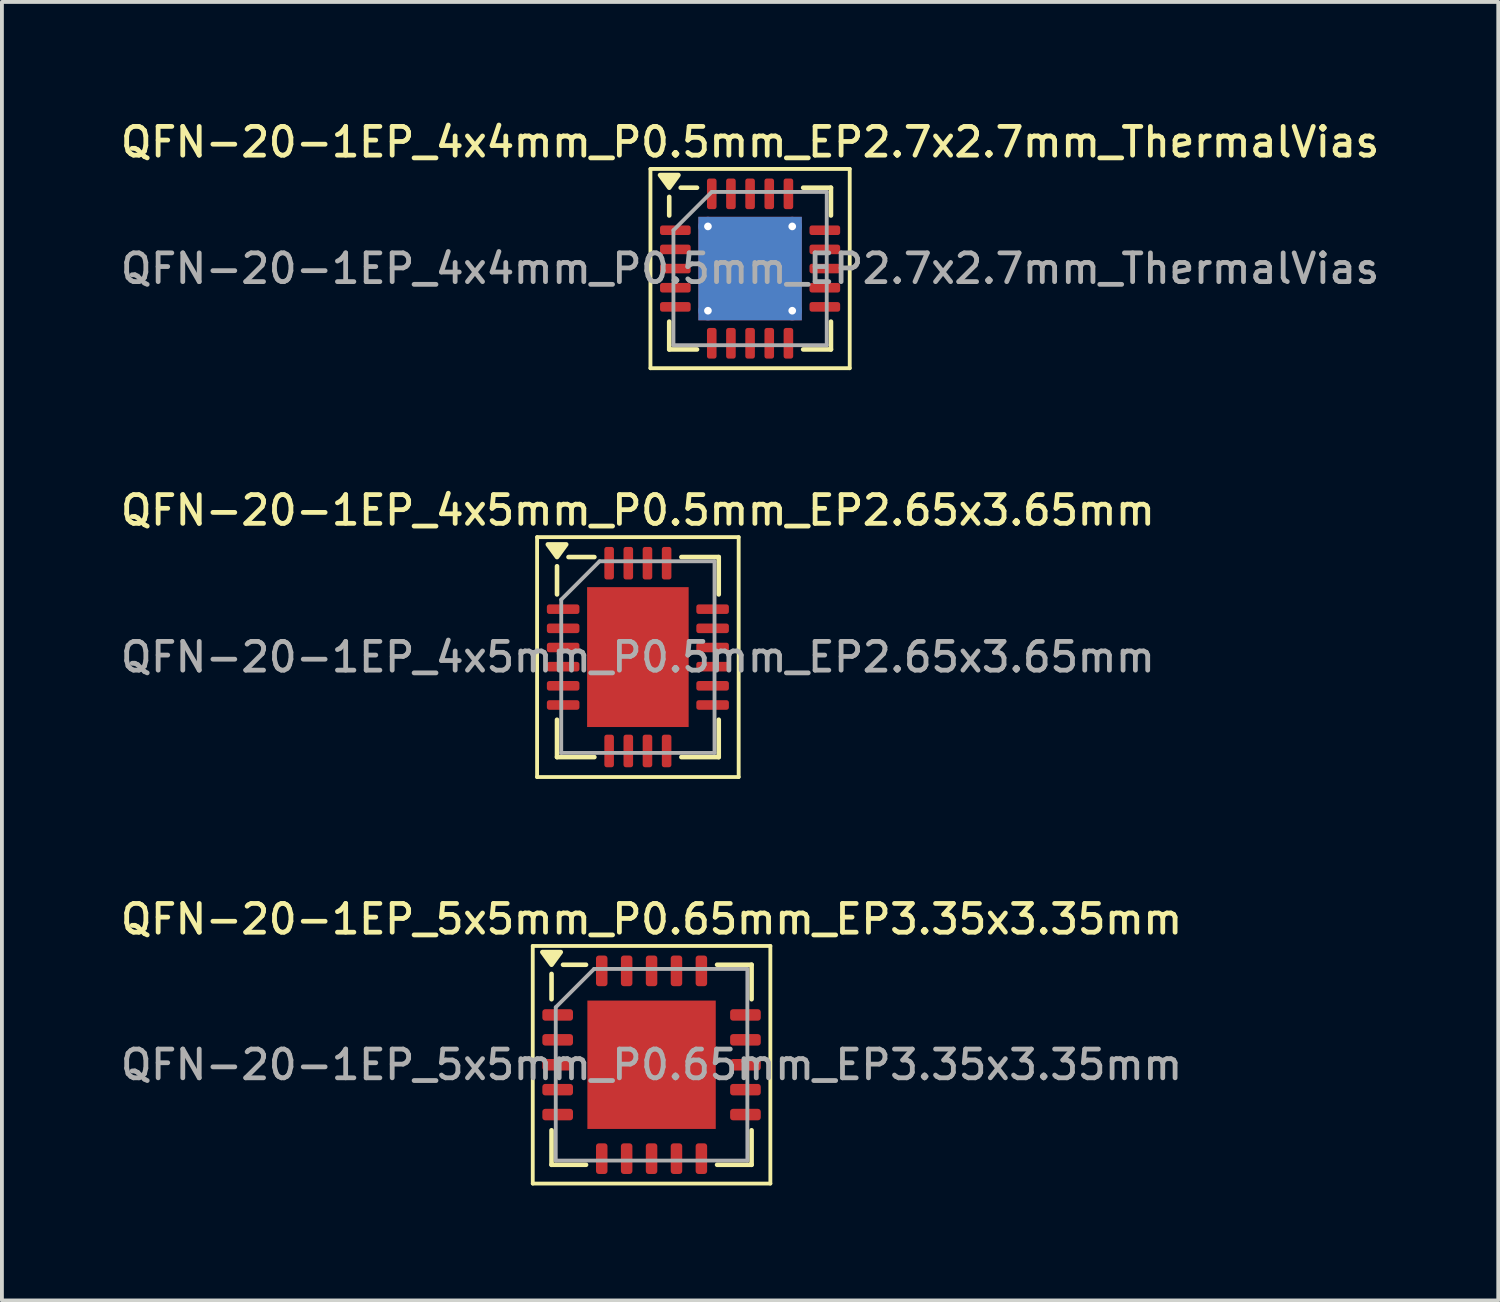
<source format=kicad_pcb>
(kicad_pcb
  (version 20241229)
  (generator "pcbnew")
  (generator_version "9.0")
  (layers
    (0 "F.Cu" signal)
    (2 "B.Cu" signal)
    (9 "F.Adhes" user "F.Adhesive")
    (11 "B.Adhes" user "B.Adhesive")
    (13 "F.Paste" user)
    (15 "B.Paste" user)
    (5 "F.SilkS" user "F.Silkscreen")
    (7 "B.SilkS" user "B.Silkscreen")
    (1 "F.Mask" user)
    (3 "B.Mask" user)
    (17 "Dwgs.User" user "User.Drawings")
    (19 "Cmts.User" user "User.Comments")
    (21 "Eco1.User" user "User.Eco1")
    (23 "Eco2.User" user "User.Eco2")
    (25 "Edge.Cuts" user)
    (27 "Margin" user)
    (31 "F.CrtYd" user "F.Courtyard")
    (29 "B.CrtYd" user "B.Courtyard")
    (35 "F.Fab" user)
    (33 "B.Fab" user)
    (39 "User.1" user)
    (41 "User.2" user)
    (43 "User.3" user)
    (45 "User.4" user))
  (footprint "QFN-20-1EP_4x5mm_P0.5mm_EP2.65x3.65mm"
    (layer "F.Cu")
    (at 13.595 14.096)
    (property "Reference" "QFN-20-1EP_4x5mm_P0.5mm_EP2.65x3.65mm" (at 0 -3.83 0) (layer "F.SilkS") (effects (font (size 0.75 0.75) (thickness 0.125))))
    (attr smd)
    (fp_line (start -2.63 -3.13) (end -2.63 3.13) (stroke (width 0.1) (type solid)) (layer "F.SilkS"))
    (fp_line (start -2.63 3.13) (end 2.63 3.13) (stroke (width 0.1) (type solid)) (layer "F.SilkS"))
    (fp_line (start -2.11 -1.635) (end -2.11 -2.37) (stroke (width 0.12) (type solid)) (layer "F.SilkS"))
    (fp_line (start -2.11 2.61) (end -2.11 1.635) (stroke (width 0.12) (type solid)) (layer "F.SilkS"))
    (fp_line (start -1.135 -2.61) (end -1.81 -2.61) (stroke (width 0.12) (type solid)) (layer "F.SilkS"))
    (fp_line (start -1.135 2.61) (end -2.11 2.61) (stroke (width 0.12) (type solid)) (layer "F.SilkS"))
    (fp_line (start 1.135 -2.61) (end 2.11 -2.61) (stroke (width 0.12) (type solid)) (layer "F.SilkS"))
    (fp_line (start 1.135 2.61) (end 2.11 2.61) (stroke (width 0.12) (type solid)) (layer "F.SilkS"))
    (fp_line (start 2.11 -2.61) (end 2.11 -1.635) (stroke (width 0.12) (type solid)) (layer "F.SilkS"))
    (fp_line (start 2.11 2.61) (end 2.11 1.635) (stroke (width 0.12) (type solid)) (layer "F.SilkS"))
    (fp_line (start 2.63 -3.13) (end -2.63 -3.13) (stroke (width 0.1) (type solid)) (layer "F.SilkS"))
    (fp_line (start 2.63 3.13) (end 2.63 -3.13) (stroke (width 0.1) (type solid)) (layer "F.SilkS"))
    (fp_poly (pts (xy -2.11 -2.61) (xy -2.35 -2.94) (xy -1.87 -2.94) (xy -2.11 -2.61)) (stroke (width 0.12) (type solid)) (fill yes) (layer "F.SilkS"))
    (fp_line (start -2 -1.5) (end -1 -2.5) (stroke (width 0.1) (type solid)) (layer "F.Fab"))
    (fp_line (start -2 2.5) (end -2 -1.5) (stroke (width 0.1) (type solid)) (layer "F.Fab"))
    (fp_line (start -1 -2.5) (end 2 -2.5) (stroke (width 0.1) (type solid)) (layer "F.Fab"))
    (fp_line (start 2 -2.5) (end 2 2.5) (stroke (width 0.1) (type solid)) (layer "F.Fab"))
    (fp_line (start 2 2.5) (end -2 2.5) (stroke (width 0.1) (type solid)) (layer "F.Fab"))
    (fp_text user "${REFERENCE}" (at 0 0 0) (layer "F.Fab") (effects (font (size 0.75 0.75) (thickness 0.125))))
    (pad "" smd roundrect (at -0.66 -1.22) (size 1.07 0.98) (layers "F.Paste") (roundrect_rratio 0.25))
    (pad "" smd roundrect (at -0.66 0) (size 1.07 0.98) (layers "F.Paste") (roundrect_rratio 0.25))
    (pad "" smd roundrect (at -0.66 1.22) (size 1.07 0.98) (layers "F.Paste") (roundrect_rratio 0.25))
    (pad "" smd roundrect (at 0.66 -1.22) (size 1.07 0.98) (layers "F.Paste") (roundrect_rratio 0.25))
    (pad "" smd roundrect (at 0.66 0) (size 1.07 0.98) (layers "F.Paste") (roundrect_rratio 0.25))
    (pad "" smd roundrect (at 0.66 1.22) (size 1.07 0.98) (layers "F.Paste") (roundrect_rratio 0.25))
    (pad "1" smd roundrect (at -1.95 -1.25) (size 0.85 0.25) (layers "F.Cu" "F.Mask" "F.Paste") (roundrect_rratio 0.25))
    (pad "2" smd roundrect (at -1.95 -0.75) (size 0.85 0.25) (layers "F.Cu" "F.Mask" "F.Paste") (roundrect_rratio 0.25))
    (pad "3" smd roundrect (at -1.95 -0.25) (size 0.85 0.25) (layers "F.Cu" "F.Mask" "F.Paste") (roundrect_rratio 0.25))
    (pad "4" smd roundrect (at -1.95 0.25) (size 0.85 0.25) (layers "F.Cu" "F.Mask" "F.Paste") (roundrect_rratio 0.25))
    (pad "5" smd roundrect (at -1.95 0.75) (size 0.85 0.25) (layers "F.Cu" "F.Mask" "F.Paste") (roundrect_rratio 0.25))
    (pad "6" smd roundrect (at -1.95 1.25) (size 0.85 0.25) (layers "F.Cu" "F.Mask" "F.Paste") (roundrect_rratio 0.25))
    (pad "7" smd roundrect (at -0.75 2.45) (size 0.25 0.85) (layers "F.Cu" "F.Mask" "F.Paste") (roundrect_rratio 0.25))
    (pad "8" smd roundrect (at -0.25 2.45) (size 0.25 0.85) (layers "F.Cu" "F.Mask" "F.Paste") (roundrect_rratio 0.25))
    (pad "9" smd roundrect (at 0.25 2.45) (size 0.25 0.85) (layers "F.Cu" "F.Mask" "F.Paste") (roundrect_rratio 0.25))
    (pad "10" smd roundrect (at 0.75 2.45) (size 0.25 0.85) (layers "F.Cu" "F.Mask" "F.Paste") (roundrect_rratio 0.25))
    (pad "11" smd roundrect (at 1.95 1.25) (size 0.85 0.25) (layers "F.Cu" "F.Mask" "F.Paste") (roundrect_rratio 0.25))
    (pad "12" smd roundrect (at 1.95 0.75) (size 0.85 0.25) (layers "F.Cu" "F.Mask" "F.Paste") (roundrect_rratio 0.25))
    (pad "13" smd roundrect (at 1.95 0.25) (size 0.85 0.25) (layers "F.Cu" "F.Mask" "F.Paste") (roundrect_rratio 0.25))
    (pad "14" smd roundrect (at 1.95 -0.25) (size 0.85 0.25) (layers "F.Cu" "F.Mask" "F.Paste") (roundrect_rratio 0.25))
    (pad "15" smd roundrect (at 1.95 -0.75) (size 0.85 0.25) (layers "F.Cu" "F.Mask" "F.Paste") (roundrect_rratio 0.25))
    (pad "16" smd roundrect (at 1.95 -1.25) (size 0.85 0.25) (layers "F.Cu" "F.Mask" "F.Paste") (roundrect_rratio 0.25))
    (pad "17" smd roundrect (at 0.75 -2.45) (size 0.25 0.85) (layers "F.Cu" "F.Mask" "F.Paste") (roundrect_rratio 0.25))
    (pad "18" smd roundrect (at 0.25 -2.45) (size 0.25 0.85) (layers "F.Cu" "F.Mask" "F.Paste") (roundrect_rratio 0.25))
    (pad "19" smd roundrect (at -0.25 -2.45) (size 0.25 0.85) (layers "F.Cu" "F.Mask" "F.Paste") (roundrect_rratio 0.25))
    (pad "20" smd roundrect (at -0.75 -2.45) (size 0.25 0.85) (layers "F.Cu" "F.Mask" "F.Paste") (roundrect_rratio 0.25))
    (pad "21" smd rect (at 0 0) (size 2.65 3.65) (property pad_prop_heatsink) (layers "F.Cu" "F.Mask")))
  (footprint "QFN-20-1EP_5x5mm_P0.65mm_EP3.35x3.35mm"
    (layer "F.Cu")
    (at 13.952 24.734)
    (property "Reference" "QFN-20-1EP_5x5mm_P0.65mm_EP3.35x3.35mm" (at 0 -3.8 0) (layer "F.SilkS") (effects (font (size 0.75 0.75) (thickness 0.125))))
    (attr smd)
    (fp_line (start -3.1 -3.1) (end -3.1 3.1) (stroke (width 0.1) (type solid)) (layer "F.SilkS"))
    (fp_line (start -3.1 3.1) (end 3.1 3.1) (stroke (width 0.1) (type solid)) (layer "F.SilkS"))
    (fp_line (start -2.61 -1.71) (end -2.61 -2.37) (stroke (width 0.12) (type solid)) (layer "F.SilkS"))
    (fp_line (start -2.61 2.61) (end -2.61 1.71) (stroke (width 0.12) (type solid)) (layer "F.SilkS"))
    (fp_line (start -1.71 -2.61) (end -2.31 -2.61) (stroke (width 0.12) (type solid)) (layer "F.SilkS"))
    (fp_line (start -1.71 2.61) (end -2.61 2.61) (stroke (width 0.12) (type solid)) (layer "F.SilkS"))
    (fp_line (start 1.71 -2.61) (end 2.61 -2.61) (stroke (width 0.12) (type solid)) (layer "F.SilkS"))
    (fp_line (start 1.71 2.61) (end 2.61 2.61) (stroke (width 0.12) (type solid)) (layer "F.SilkS"))
    (fp_line (start 2.61 -2.61) (end 2.61 -1.71) (stroke (width 0.12) (type solid)) (layer "F.SilkS"))
    (fp_line (start 2.61 2.61) (end 2.61 1.71) (stroke (width 0.12) (type solid)) (layer "F.SilkS"))
    (fp_line (start 3.1 -3.1) (end -3.1 -3.1) (stroke (width 0.1) (type solid)) (layer "F.SilkS"))
    (fp_line (start 3.1 3.1) (end 3.1 -3.1) (stroke (width 0.1) (type solid)) (layer "F.SilkS"))
    (fp_poly (pts (xy -2.61 -2.61) (xy -2.85 -2.94) (xy -2.37 -2.94) (xy -2.61 -2.61)) (stroke (width 0.12) (type solid)) (fill yes) (layer "F.SilkS"))
    (fp_line (start -2.5 -1.5) (end -1.5 -2.5) (stroke (width 0.1) (type solid)) (layer "F.Fab"))
    (fp_line (start -2.5 2.5) (end -2.5 -1.5) (stroke (width 0.1) (type solid)) (layer "F.Fab"))
    (fp_line (start -1.5 -2.5) (end 2.5 -2.5) (stroke (width 0.1) (type solid)) (layer "F.Fab"))
    (fp_line (start 2.5 -2.5) (end 2.5 2.5) (stroke (width 0.1) (type solid)) (layer "F.Fab"))
    (fp_line (start 2.5 2.5) (end -2.5 2.5) (stroke (width 0.1) (type solid)) (layer "F.Fab"))
    (fp_text user "${REFERENCE}" (at 0 0 0) (layer "F.Fab") (effects (font (size 0.75 0.75) (thickness 0.125))))
    (pad "" smd roundrect (at -0.84 -0.84) (size 1.35 1.35) (layers "F.Paste") (roundrect_rratio 0.185))
    (pad "" smd roundrect (at -0.84 0.84) (size 1.35 1.35) (layers "F.Paste") (roundrect_rratio 0.185))
    (pad "" smd roundrect (at 0.84 -0.84) (size 1.35 1.35) (layers "F.Paste") (roundrect_rratio 0.185))
    (pad "" smd roundrect (at 0.84 0.84) (size 1.35 1.35) (layers "F.Paste") (roundrect_rratio 0.185))
    (pad "1" smd roundrect (at -2.45 -1.3) (size 0.8 0.3) (layers "F.Cu" "F.Mask" "F.Paste") (roundrect_rratio 0.25))
    (pad "2" smd roundrect (at -2.45 -0.65) (size 0.8 0.3) (layers "F.Cu" "F.Mask" "F.Paste") (roundrect_rratio 0.25))
    (pad "3" smd roundrect (at -2.45 0) (size 0.8 0.3) (layers "F.Cu" "F.Mask" "F.Paste") (roundrect_rratio 0.25))
    (pad "4" smd roundrect (at -2.45 0.65) (size 0.8 0.3) (layers "F.Cu" "F.Mask" "F.Paste") (roundrect_rratio 0.25))
    (pad "5" smd roundrect (at -2.45 1.3) (size 0.8 0.3) (layers "F.Cu" "F.Mask" "F.Paste") (roundrect_rratio 0.25))
    (pad "6" smd roundrect (at -1.3 2.45) (size 0.3 0.8) (layers "F.Cu" "F.Mask" "F.Paste") (roundrect_rratio 0.25))
    (pad "7" smd roundrect (at -0.65 2.45) (size 0.3 0.8) (layers "F.Cu" "F.Mask" "F.Paste") (roundrect_rratio 0.25))
    (pad "8" smd roundrect (at 0 2.45) (size 0.3 0.8) (layers "F.Cu" "F.Mask" "F.Paste") (roundrect_rratio 0.25))
    (pad "9" smd roundrect (at 0.65 2.45) (size 0.3 0.8) (layers "F.Cu" "F.Mask" "F.Paste") (roundrect_rratio 0.25))
    (pad "10" smd roundrect (at 1.3 2.45) (size 0.3 0.8) (layers "F.Cu" "F.Mask" "F.Paste") (roundrect_rratio 0.25))
    (pad "11" smd roundrect (at 2.45 1.3) (size 0.8 0.3) (layers "F.Cu" "F.Mask" "F.Paste") (roundrect_rratio 0.25))
    (pad "12" smd roundrect (at 2.45 0.65) (size 0.8 0.3) (layers "F.Cu" "F.Mask" "F.Paste") (roundrect_rratio 0.25))
    (pad "13" smd roundrect (at 2.45 0) (size 0.8 0.3) (layers "F.Cu" "F.Mask" "F.Paste") (roundrect_rratio 0.25))
    (pad "14" smd roundrect (at 2.45 -0.65) (size 0.8 0.3) (layers "F.Cu" "F.Mask" "F.Paste") (roundrect_rratio 0.25))
    (pad "15" smd roundrect (at 2.45 -1.3) (size 0.8 0.3) (layers "F.Cu" "F.Mask" "F.Paste") (roundrect_rratio 0.25))
    (pad "16" smd roundrect (at 1.3 -2.45) (size 0.3 0.8) (layers "F.Cu" "F.Mask" "F.Paste") (roundrect_rratio 0.25))
    (pad "17" smd roundrect (at 0.65 -2.45) (size 0.3 0.8) (layers "F.Cu" "F.Mask" "F.Paste") (roundrect_rratio 0.25))
    (pad "18" smd roundrect (at 0 -2.45) (size 0.3 0.8) (layers "F.Cu" "F.Mask" "F.Paste") (roundrect_rratio 0.25))
    (pad "19" smd roundrect (at -0.65 -2.45) (size 0.3 0.8) (layers "F.Cu" "F.Mask" "F.Paste") (roundrect_rratio 0.25))
    (pad "20" smd roundrect (at -1.3 -2.45) (size 0.3 0.8) (layers "F.Cu" "F.Mask" "F.Paste") (roundrect_rratio 0.25))
    (pad "21" smd rect (at 0 0) (size 3.35 3.35) (property pad_prop_heatsink) (layers "F.Cu" "F.Mask")))
  (footprint "QFN-20-1EP_4x4mm_P0.5mm_EP2.7x2.7mm_ThermalVias"
    (layer "F.Cu")
    (at 16.523 3.958)
    (property "Reference" "QFN-20-1EP_4x4mm_P0.5mm_EP2.7x2.7mm_ThermalVias" (at 0 -3.3 0) (layer "F.SilkS") (effects (font (size 0.75 0.75) (thickness 0.125))))
    (attr smd)
    (fp_line (start -2.6 -2.6) (end -2.6 2.6) (stroke (width 0.1) (type solid)) (layer "F.SilkS"))
    (fp_line (start -2.6 2.6) (end 2.6 2.6) (stroke (width 0.1) (type solid)) (layer "F.SilkS"))
    (fp_line (start -2.11 -1.385) (end -2.11 -1.87) (stroke (width 0.12) (type solid)) (layer "F.SilkS"))
    (fp_line (start -2.11 2.11) (end -2.11 1.385) (stroke (width 0.12) (type solid)) (layer "F.SilkS"))
    (fp_line (start -1.385 -2.11) (end -1.81 -2.11) (stroke (width 0.12) (type solid)) (layer "F.SilkS"))
    (fp_line (start -1.385 2.11) (end -2.11 2.11) (stroke (width 0.12) (type solid)) (layer "F.SilkS"))
    (fp_line (start 1.385 -2.11) (end 2.11 -2.11) (stroke (width 0.12) (type solid)) (layer "F.SilkS"))
    (fp_line (start 1.385 2.11) (end 2.11 2.11) (stroke (width 0.12) (type solid)) (layer "F.SilkS"))
    (fp_line (start 2.11 -2.11) (end 2.11 -1.385) (stroke (width 0.12) (type solid)) (layer "F.SilkS"))
    (fp_line (start 2.11 2.11) (end 2.11 1.385) (stroke (width 0.12) (type solid)) (layer "F.SilkS"))
    (fp_line (start 2.6 -2.6) (end -2.6 -2.6) (stroke (width 0.1) (type solid)) (layer "F.SilkS"))
    (fp_line (start 2.6 2.6) (end 2.6 -2.6) (stroke (width 0.1) (type solid)) (layer "F.SilkS"))
    (fp_poly (pts (xy -2.11 -2.11) (xy -2.35 -2.44) (xy -1.87 -2.44) (xy -2.11 -2.11)) (stroke (width 0.12) (type solid)) (fill yes) (layer "F.SilkS"))
    (fp_line (start -2 -1) (end -1 -2) (stroke (width 0.1) (type solid)) (layer "F.Fab"))
    (fp_line (start -2 2) (end -2 -1) (stroke (width 0.1) (type solid)) (layer "F.Fab"))
    (fp_line (start -1 -2) (end 2 -2) (stroke (width 0.1) (type solid)) (layer "F.Fab"))
    (fp_line (start 2 -2) (end 2 2) (stroke (width 0.1) (type solid)) (layer "F.Fab"))
    (fp_line (start 2 2) (end -2 2) (stroke (width 0.1) (type solid)) (layer "F.Fab"))
    (fp_text user "${REFERENCE}" (at 0 0 0) (layer "F.Fab") (effects (font (size 0.75 0.75) (thickness 0.125))))
    (pad "" smd roundrect (at -0.675 -0.675) (size 1.17 1.17) (layers "F.Paste") (roundrect_rratio 0.214))
    (pad "" smd roundrect (at -0.675 0.675) (size 1.17 1.17) (layers "F.Paste") (roundrect_rratio 0.214))
    (pad "" smd roundrect (at 0.675 -0.675) (size 1.17 1.17) (layers "F.Paste") (roundrect_rratio 0.214))
    (pad "" smd roundrect (at 0.675 0.675) (size 1.17 1.17) (layers "F.Paste") (roundrect_rratio 0.214))
    (pad "1" smd roundrect (at -1.95 -1) (size 0.8 0.25) (layers "F.Cu" "F.Mask" "F.Paste") (roundrect_rratio 0.25))
    (pad "2" smd roundrect (at -1.95 -0.5) (size 0.8 0.25) (layers "F.Cu" "F.Mask" "F.Paste") (roundrect_rratio 0.25))
    (pad "3" smd roundrect (at -1.95 0) (size 0.8 0.25) (layers "F.Cu" "F.Mask" "F.Paste") (roundrect_rratio 0.25))
    (pad "4" smd roundrect (at -1.95 0.5) (size 0.8 0.25) (layers "F.Cu" "F.Mask" "F.Paste") (roundrect_rratio 0.25))
    (pad "5" smd roundrect (at -1.95 1) (size 0.8 0.25) (layers "F.Cu" "F.Mask" "F.Paste") (roundrect_rratio 0.25))
    (pad "6" smd roundrect (at -1 1.95) (size 0.25 0.8) (layers "F.Cu" "F.Mask" "F.Paste") (roundrect_rratio 0.25))
    (pad "7" smd roundrect (at -0.5 1.95) (size 0.25 0.8) (layers "F.Cu" "F.Mask" "F.Paste") (roundrect_rratio 0.25))
    (pad "8" smd roundrect (at 0 1.95) (size 0.25 0.8) (layers "F.Cu" "F.Mask" "F.Paste") (roundrect_rratio 0.25))
    (pad "9" smd roundrect (at 0.5 1.95) (size 0.25 0.8) (layers "F.Cu" "F.Mask" "F.Paste") (roundrect_rratio 0.25))
    (pad "10" smd roundrect (at 1 1.95) (size 0.25 0.8) (layers "F.Cu" "F.Mask" "F.Paste") (roundrect_rratio 0.25))
    (pad "11" smd roundrect (at 1.95 1) (size 0.8 0.25) (layers "F.Cu" "F.Mask" "F.Paste") (roundrect_rratio 0.25))
    (pad "12" smd roundrect (at 1.95 0.5) (size 0.8 0.25) (layers "F.Cu" "F.Mask" "F.Paste") (roundrect_rratio 0.25))
    (pad "13" smd roundrect (at 1.95 0) (size 0.8 0.25) (layers "F.Cu" "F.Mask" "F.Paste") (roundrect_rratio 0.25))
    (pad "14" smd roundrect (at 1.95 -0.5) (size 0.8 0.25) (layers "F.Cu" "F.Mask" "F.Paste") (roundrect_rratio 0.25))
    (pad "15" smd roundrect (at 1.95 -1) (size 0.8 0.25) (layers "F.Cu" "F.Mask" "F.Paste") (roundrect_rratio 0.25))
    (pad "16" smd roundrect (at 1 -1.95) (size 0.25 0.8) (layers "F.Cu" "F.Mask" "F.Paste") (roundrect_rratio 0.25))
    (pad "17" smd roundrect (at 0.5 -1.95) (size 0.25 0.8) (layers "F.Cu" "F.Mask" "F.Paste") (roundrect_rratio 0.25))
    (pad "18" smd roundrect (at 0 -1.95) (size 0.25 0.8) (layers "F.Cu" "F.Mask" "F.Paste") (roundrect_rratio 0.25))
    (pad "19" smd roundrect (at -0.5 -1.95) (size 0.25 0.8) (layers "F.Cu" "F.Mask" "F.Paste") (roundrect_rratio 0.25))
    (pad "20" smd roundrect (at -1 -1.95) (size 0.25 0.8) (layers "F.Cu" "F.Mask" "F.Paste") (roundrect_rratio 0.25))
    (pad "21" thru_hole circle (at -1.1 -1.1) (size 0.5 0.5) (drill 0.2) (property pad_prop_heatsink) (layers "*.Cu"))
    (pad "21" thru_hole circle (at -1.1 1.1) (size 0.5 0.5) (drill 0.2) (property pad_prop_heatsink) (layers "*.Cu"))
    (pad "21" smd rect (at 0 0) (size 2.7 2.7) (property pad_prop_heatsink) (layers "F.Cu" "F.Mask"))
    (pad "21" smd rect (at 0 0) (size 2.7 2.7) (property pad_prop_heatsink) (layers "B.Cu"))
    (pad "21" thru_hole circle (at 1.1 -1.1) (size 0.5 0.5) (drill 0.2) (property pad_prop_heatsink) (layers "*.Cu"))
    (pad "21" thru_hole circle (at 1.1 1.1) (size 0.5 0.5) (drill 0.2) (property pad_prop_heatsink) (layers "*.Cu")))
  (gr_rect
    (start -3 -3)
    (end 36.046 30.884)
    (stroke (width 0.1) (type default))
    (fill no)
    (layer "Edge.Cuts")))
</source>
